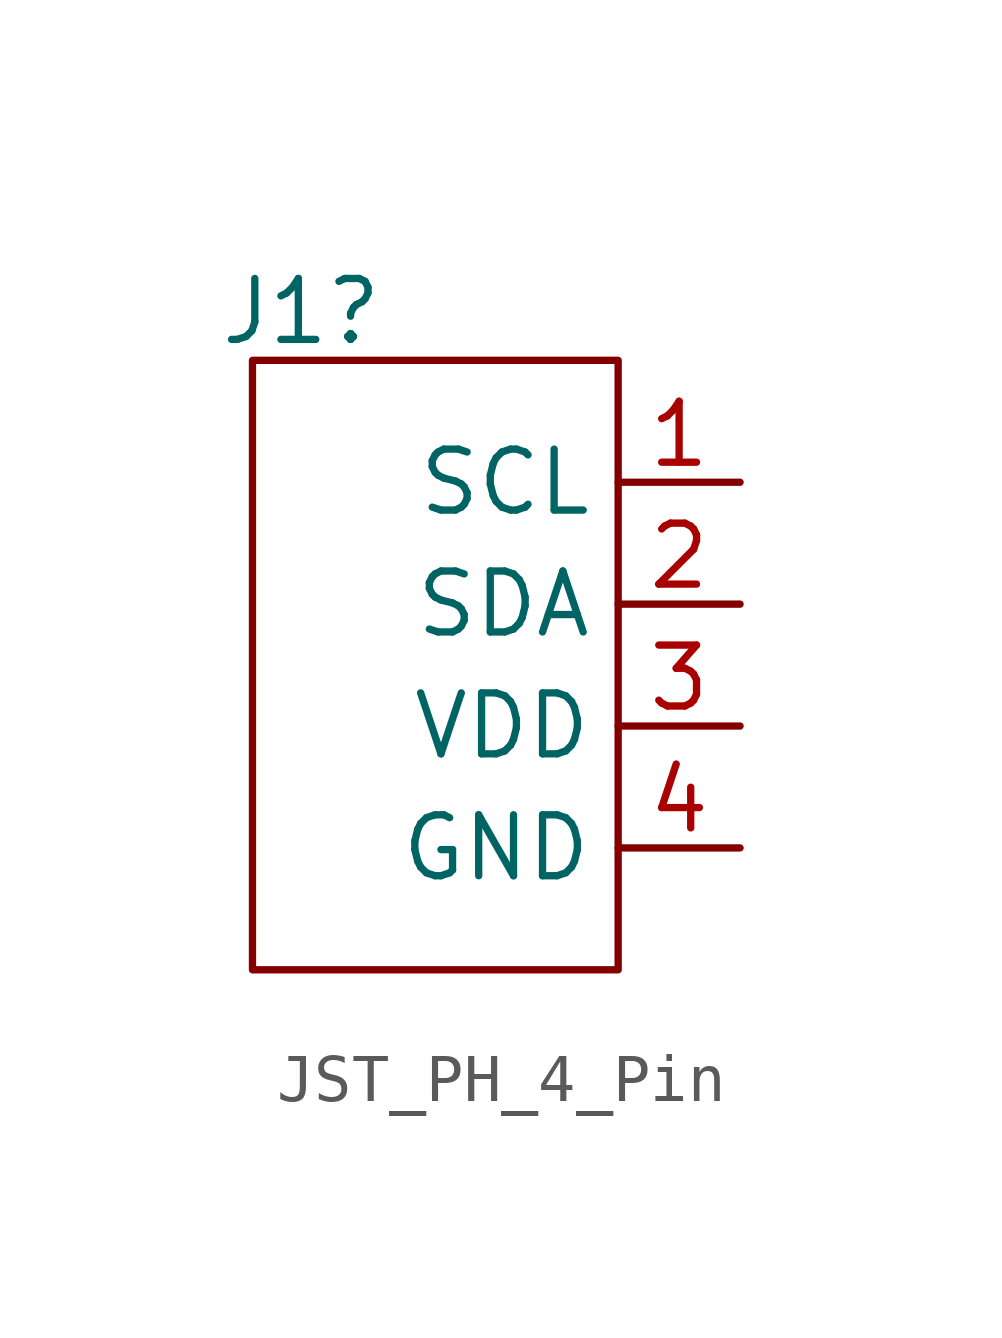
<source format=kicad_sym>
(kicad_symbol_lib
  (version 20231120)
  (generator "kicad_symbol_editor")
  (generator_version "8.0")
  (symbol "JST_PH_4_Pin"
    (property "Reference" "J1"
      (at -2.794 6.096 0)
      (effects (font (size 1.27 1.27))))
    (property "Value" ""
      (at 3.81 1.27 0)
      (effects (font (size 1.27 1.27))))
    (symbol "JST_PH_4_Pin_0_1"
      (rectangle (start -3.81 5.08) (end 3.81 -7.62) (stroke (width 0) (type default)) (fill (type none))))
    (symbol "JST_PH_4_Pin_1_1"
      (pin bidirectional line (at 6.35 2.54 180) (length 2.54) (name "SCL" (effects (font (size 1.27 1.27)))) (number "1" (effects (font (size 1.27 1.27)))))
      (pin bidirectional line (at 6.35 0 180) (length 2.54) (name "SDA" (effects (font (size 1.27 1.27)))) (number "2" (effects (font (size 1.27 1.27)))))
      (pin power_in line (at 6.35 -2.54 180) (length 2.54) (name "VDD" (effects (font (size 1.27 1.27)))) (number "3" (effects (font (size 1.27 1.27)))))
      (pin power_in line (at 6.35 -5.08 180) (length 2.54) (name "GND" (effects (font (size 1.27 1.27)))) (number "4" (effects (font (size 1.27 1.27))))))))
</source>
